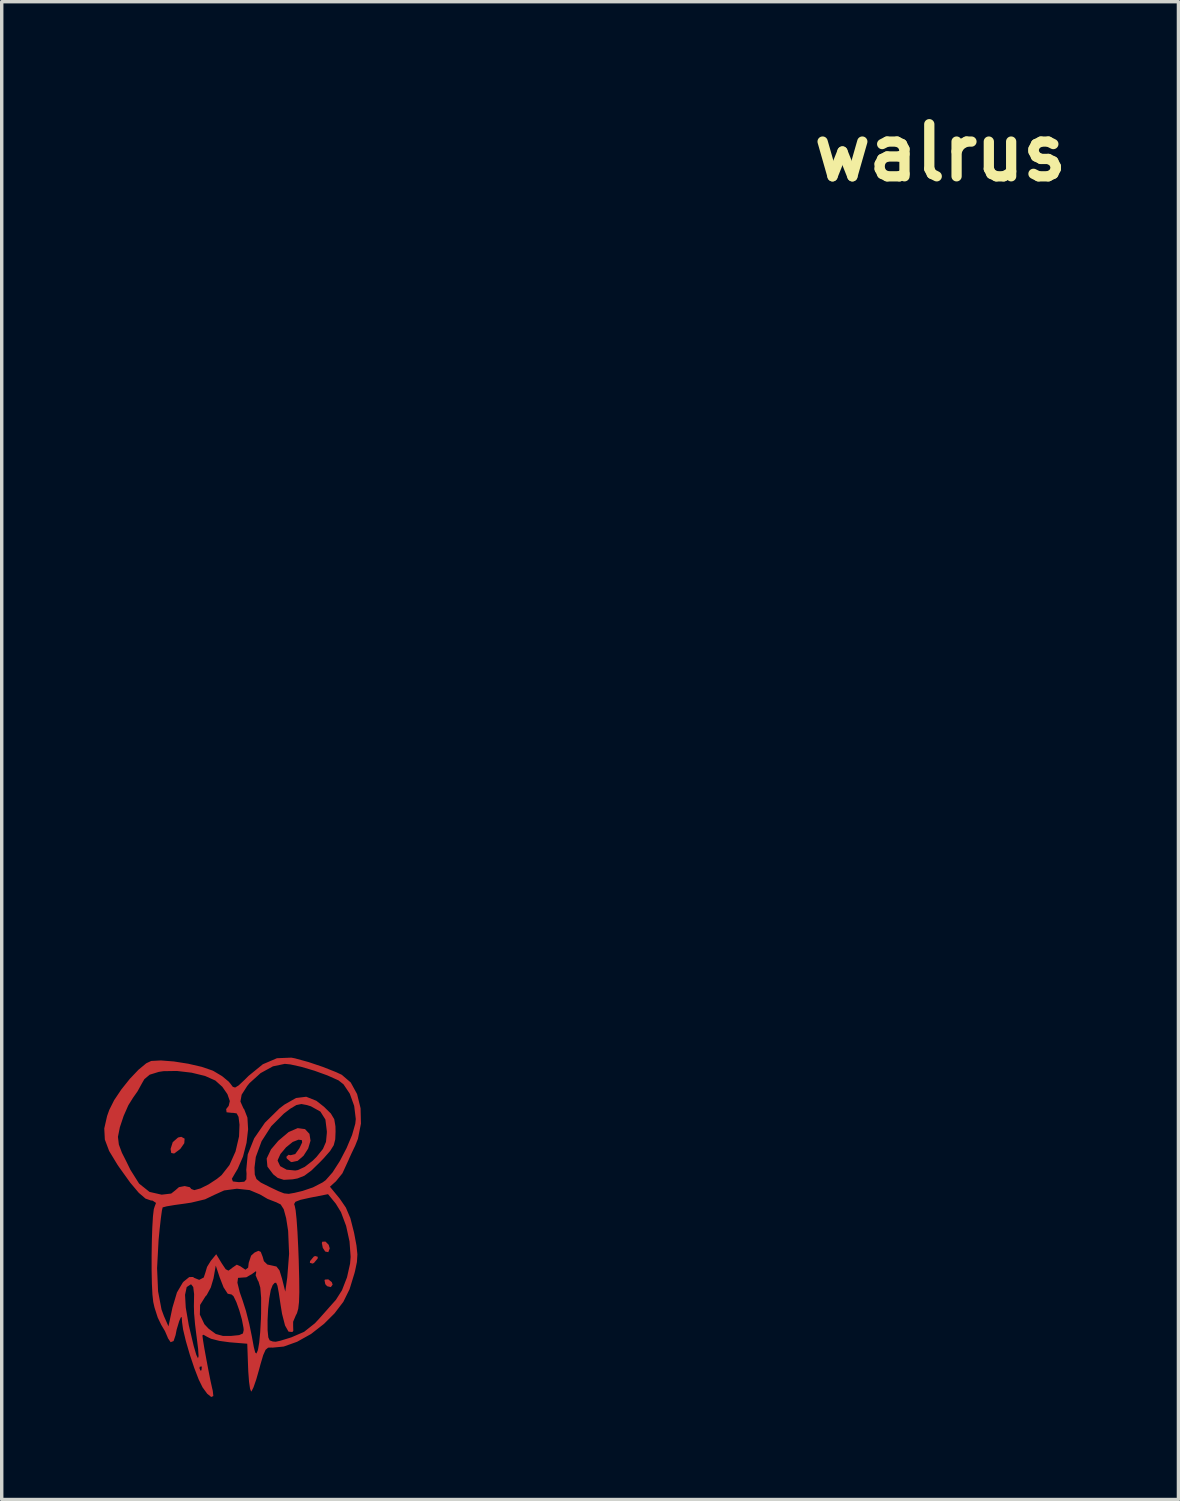
<source format=kicad_pcb>
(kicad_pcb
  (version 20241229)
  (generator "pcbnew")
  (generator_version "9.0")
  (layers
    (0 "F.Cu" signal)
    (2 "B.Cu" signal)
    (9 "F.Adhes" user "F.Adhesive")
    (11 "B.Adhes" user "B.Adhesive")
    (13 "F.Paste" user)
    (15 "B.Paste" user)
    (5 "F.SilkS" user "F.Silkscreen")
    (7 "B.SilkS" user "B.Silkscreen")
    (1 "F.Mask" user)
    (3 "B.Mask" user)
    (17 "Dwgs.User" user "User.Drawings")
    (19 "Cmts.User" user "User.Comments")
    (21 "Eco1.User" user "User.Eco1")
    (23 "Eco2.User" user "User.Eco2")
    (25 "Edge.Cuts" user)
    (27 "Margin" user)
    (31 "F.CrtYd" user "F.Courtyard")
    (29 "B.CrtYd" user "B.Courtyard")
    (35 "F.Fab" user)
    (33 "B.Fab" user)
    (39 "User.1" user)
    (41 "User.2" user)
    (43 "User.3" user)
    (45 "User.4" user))
  (footprint "walrus"
    (layer "F.Cu")
    (at 24.461 1.418)
    (property "Reference" "walrus" (at 0 0 0) (layer "F.SilkS") (effects (font (size 1.524 1.524) (thickness 0.3))))
    (attr board_only exclude_from_pos_files exclude_from_bom)
    (fp_poly (pts (xy -18.215 32.297) (xy -18.219 32.348) (xy -18.326 32.476) (xy -18.367 32.496) (xy -18.446 32.473) (xy -18.441 32.422) (xy -18.334 32.294) (xy -18.293 32.274)) (stroke (width 0) (type solid)) (fill yes) (layer "F.Cu"))
    (fp_poly (pts (xy -17.896 31.946) (xy -17.865 32.051) (xy -17.907 32.162) (xy -17.998 32.143) (xy -18.069 32.034) (xy -18.096 31.896) (xy -18.084 31.856) (xy -17.99 31.852)) (stroke (width 0) (type solid)) (fill yes) (layer "F.Cu"))
    (fp_poly (pts (xy -17.806 33.038) (xy -17.78 33.11) (xy -17.833 33.184) (xy -17.94 33.158) (xy -17.995 33.099) (xy -18.018 32.985) (xy -18.006 32.964) (xy -17.907 32.957)) (stroke (width 0) (type solid)) (fill yes) (layer "F.Cu"))
    (fp_poly (pts (xy -22.11 28.841) (xy -22.12 28.974) (xy -22.231 29.134) (xy -22.253 29.155) (xy -22.418 29.277) (xy -22.502 29.26) (xy -22.521 29.142) (xy -22.457 28.941) (xy -22.302 28.807) (xy -22.208 28.787)) (stroke (width 0) (type solid)) (fill yes) (layer "F.Cu"))
    (fp_poly (pts (xy -18.881 26.492) (xy -18.487 26.6) (xy -18.061 26.744) (xy -17.68 26.895) (xy -17.513 26.973) (xy -17.251 27.198) (xy -17.065 27.537) (xy -16.963 27.952) (xy -16.952 28.401) (xy -17.04 28.845) (xy -17.118 29.041) (xy -17.226 29.268) (xy -17.298 29.426) (xy -17.314 29.464) (xy -17.494 29.855) (xy -17.683 30.088) (xy -17.859 30.247) (xy -17.573 30.596) (xy -17.393 30.858) (xy -17.263 31.164) (xy -17.158 31.574) (xy -17.15 31.611) (xy -17.083 31.967) (xy -17.056 32.225) (xy -17.07 32.45) (xy -17.124 32.709) (xy -17.141 32.776) (xy -17.285 33.245) (xy -17.468 33.616) (xy -17.726 33.953) (xy -18.034 34.26) (xy -18.412 34.555) (xy -18.82 34.783) (xy -19.212 34.923) (xy -19.544 34.955) (xy -19.57 34.952) (xy -19.667 34.955) (xy -19.742 35.018) (xy -19.811 35.172) (xy -19.893 35.449) (xy -19.928 35.581) (xy -20.015 35.886) (xy -20.095 36.116) (xy -20.153 36.231) (xy -20.164 36.237) (xy -20.196 36.159) (xy -20.226 35.951) (xy -20.248 35.653) (xy -20.253 35.539) (xy -20.278 34.84) (xy -20.794 34.798) (xy -21.094 34.757) (xy -21.339 34.694) (xy -21.45 34.639) (xy -21.559 34.577) (xy -21.59 34.597) (xy -21.574 34.725) (xy -21.534 34.97) (xy -21.477 35.283) (xy -21.414 35.616) (xy -21.354 35.92) (xy -21.304 36.146) (xy -21.287 36.216) (xy -21.27 36.371) (xy -21.332 36.398) (xy -21.448 36.305) (xy -21.586 36.116) (xy -21.699 35.885) (xy -21.824 35.56) (xy -21.675 35.56) (xy -21.644 35.63) (xy -21.618 35.616) (xy -21.608 35.516) (xy -21.618 35.504) (xy -21.669 35.515) (xy -21.675 35.56) (xy -21.824 35.56) (xy -21.829 35.547) (xy -21.96 35.155) (xy -22.074 34.763) (xy -22.155 34.424) (xy -22.186 34.205) (xy -22.195 34.058) (xy -22.223 34.073) (xy -22.27 34.183) (xy -22.343 34.426) (xy -22.375 34.588) (xy -22.433 34.762) (xy -22.52 34.795) (xy -22.599 34.677) (xy -22.606 34.655) (xy -22.684 34.474) (xy -22.796 34.285) (xy -22.897 34.075) (xy -22.991 33.782) (xy -23.028 33.619) (xy -23.052 33.404) (xy -23.068 33.082) (xy -23.076 32.689) (xy -23.076 32.628) (xy -22.916 32.628) (xy -22.887 33.307) (xy -22.786 33.839) (xy -22.715 34.032) (xy -22.583 34.332) (xy -22.466 33.782) (xy -22.355 33.409) (xy -22.098 33.409) (xy -22.077 33.783) (xy -21.988 34.301) (xy -21.844 34.907) (xy -21.768 35.167) (xy -21.72 35.265) (xy -21.702 35.206) (xy -21.715 34.993) (xy -21.76 34.632) (xy -21.762 34.62) (xy -21.805 34.274) (xy -21.83 33.988) (xy -21.665 33.988) (xy -21.531 34.27) (xy -21.407 34.402) (xy -21.198 34.555) (xy -20.986 34.613) (xy -20.751 34.612) (xy -20.514 34.588) (xy -20.405 34.54) (xy -20.382 34.441) (xy -20.388 34.375) (xy -20.435 34.131) (xy -20.51 33.866) (xy -20.596 33.624) (xy -20.678 33.453) (xy -20.739 33.398) (xy -20.741 33.399) (xy -20.849 33.378) (xy -20.97 33.193) (xy -21.024 33.055) (xy -20.566 33.055) (xy -20.498 33.333) (xy -20.415 33.57) (xy -20.317 33.877) (xy -20.218 34.265) (xy -20.144 34.624) (xy -20.087 34.933) (xy -20.046 35.095) (xy -20.012 35.128) (xy -19.976 35.051) (xy -19.962 35.005) (xy -19.929 34.811) (xy -19.899 34.5) (xy -19.88 34.152) (xy -19.684 34.152) (xy -19.683 34.443) (xy -19.662 34.655) (xy -19.621 34.742) (xy -19.531 34.775) (xy -19.446 34.782) (xy -19.316 34.754) (xy -19.092 34.686) (xy -18.989 34.654) (xy -18.615 34.492) (xy -18.302 34.244) (xy -18.19 34.125) (xy -17.975 33.883) (xy -17.782 33.665) (xy -17.686 33.558) (xy -17.507 33.276) (xy -17.36 32.898) (xy -17.27 32.497) (xy -17.254 32.3) (xy -17.286 31.85) (xy -17.386 31.393) (xy -17.536 30.992) (xy -17.688 30.743) (xy -17.915 30.465) (xy -18.438 30.568) (xy -18.722 30.631) (xy -18.869 30.688) (xy -18.907 30.755) (xy -18.889 30.808) (xy -18.863 30.935) (xy -18.835 31.201) (xy -18.809 31.574) (xy -18.787 32.022) (xy -18.773 32.38) (xy -18.759 32.928) (xy -18.755 33.333) (xy -18.764 33.62) (xy -18.786 33.815) (xy -18.823 33.946) (xy -18.857 34.01) (xy -18.936 34.197) (xy -18.936 34.329) (xy -18.931 34.462) (xy -18.959 34.498) (xy -19.071 34.486) (xy -19.172 34.308) (xy -19.26 33.967) (xy -19.304 33.696) (xy -19.356 33.348) (xy -19.395 33.143) (xy -19.433 33.056) (xy -19.478 33.061) (xy -19.534 33.124) (xy -19.59 33.268) (xy -19.635 33.518) (xy -19.668 33.828) (xy -19.684 34.152) (xy -19.88 34.152) (xy -19.878 34.127) (xy -19.873 33.944) (xy -19.872 33.497) (xy -19.897 33.197) (xy -19.948 33.023) (xy -19.967 32.995) (xy -20.033 32.838) (xy -20.016 32.749) (xy -20.022 32.717) (xy -20.124 32.789) (xy -20.133 32.797) (xy -20.307 32.897) (xy -20.444 32.906) (xy -20.548 32.914) (xy -20.566 33.055) (xy -21.024 33.055) (xy -21.087 32.893) (xy -21.199 32.554) (xy -21.265 32.927) (xy -21.345 33.196) (xy -21.463 33.415) (xy -21.503 33.459) (xy -21.657 33.705) (xy -21.665 33.988) (xy -21.83 33.988) (xy -21.833 33.96) (xy -21.839 33.745) (xy -21.839 33.74) (xy -21.833 33.388) (xy -21.858 33.183) (xy -21.917 33.106) (xy -21.931 33.105) (xy -22.049 33.181) (xy -22.098 33.409) (xy -22.355 33.409) (xy -22.335 33.341) (xy -22.163 33.048) (xy -22.14 33.023) (xy -21.975 32.89) (xy -21.863 32.888) (xy -21.835 32.911) (xy -21.684 32.972) (xy -21.551 32.903) (xy -21.505 32.766) (xy -21.454 32.593) (xy -21.346 32.418) (xy -21.186 32.222) (xy -21.023 32.491) (xy -20.909 32.661) (xy -20.828 32.702) (xy -20.734 32.635) (xy -20.717 32.619) (xy -20.585 32.528) (xy -20.477 32.575) (xy -20.473 32.579) (xy -20.331 32.675) (xy -20.252 32.614) (xy -20.235 32.473) (xy -20.166 32.264) (xy -20.065 32.173) (xy -19.951 32.122) (xy -19.883 32.153) (xy -19.827 32.297) (xy -19.791 32.425) (xy -19.69 32.523) (xy -19.556 32.552) (xy -19.423 32.582) (xy -19.335 32.695) (xy -19.261 32.935) (xy -19.261 32.935) (xy -19.166 33.316) (xy -19.108 32.902) (xy -19.054 32.209) (xy -19.082 31.541) (xy -19.14 31.169) (xy -19.211 30.907) (xy -19.3 30.766) (xy -19.438 30.698) (xy -19.452 30.694) (xy -19.685 30.603) (xy -19.905 30.474) (xy -20.208 30.346) (xy -20.582 30.306) (xy -20.954 30.356) (xy -21.242 30.486) (xy -21.513 30.616) (xy -21.919 30.713) (xy -22.098 30.74) (xy -22.403 30.782) (xy -22.635 30.821) (xy -22.749 30.851) (xy -22.753 30.853) (xy -22.775 30.947) (xy -22.806 31.174) (xy -22.842 31.497) (xy -22.872 31.806) (xy -22.916 32.628) (xy -23.076 32.628) (xy -23.076 32.261) (xy -23.069 31.833) (xy -23.056 31.441) (xy -23.037 31.12) (xy -23.012 30.905) (xy -22.99 30.836) (xy -22.947 30.721) (xy -23.047 30.654) (xy -23.098 30.649) (xy -23.254 30.595) (xy -23.451 30.426) (xy -23.701 30.129) (xy -24.013 29.694) (xy -24.076 29.602) (xy -24.318 29.203) (xy -24.444 28.868) (xy -24.448 28.788) (xy -24.061 28.788) (xy -24.034 29.014) (xy -23.945 29.253) (xy -23.81 29.519) (xy -23.696 29.753) (xy -23.442 30.156) (xy -23.137 30.399) (xy -22.782 30.48) (xy -22.781 30.48) (xy -22.503 30.447) (xy -22.383 30.353) (xy -22.277 30.26) (xy -22.108 30.228) (xy -21.959 30.261) (xy -21.913 30.315) (xy -21.826 30.347) (xy -21.644 30.296) (xy -21.41 30.179) (xy -21.163 30.017) (xy -21.16 30.014) (xy -20.728 30.014) (xy -20.699 30.093) (xy -20.529 30.113) (xy -20.511 30.113) (xy -20.365 30.101) (xy -20.304 30.033) (xy -20.299 29.863) (xy -20.307 29.755) (xy -20.264 29.303) (xy -20.076 28.832) (xy -19.761 28.374) (xy -19.337 27.957) (xy -19.188 27.843) (xy -18.852 27.652) (xy -18.553 27.615) (xy -18.257 27.733) (xy -18.034 27.908) (xy -17.833 28.105) (xy -17.733 28.272) (xy -17.698 28.481) (xy -17.695 28.635) (xy -17.704 28.861) (xy -17.748 29.033) (xy -17.854 29.202) (xy -18.045 29.419) (xy -18.141 29.519) (xy -18.402 29.774) (xy -18.608 29.926) (xy -18.808 30.005) (xy -18.949 30.031) (xy -19.208 30.046) (xy -19.386 29.99) (xy -19.519 29.884) (xy -19.688 29.659) (xy -19.71 29.422) (xy -19.583 29.155) (xy -19.369 28.903) (xy -19.068 28.648) (xy -18.803 28.533) (xy -18.588 28.562) (xy -18.458 28.701) (xy -18.427 28.9) (xy -18.496 29.13) (xy -18.632 29.342) (xy -18.803 29.49) (xy -18.978 29.527) (xy -19.007 29.518) (xy -19.12 29.424) (xy -19.135 29.373) (xy -19.073 29.314) (xy -19.008 29.325) (xy -18.875 29.292) (xy -18.752 29.122) (xy -18.672 28.952) (xy -18.681 28.884) (xy -18.778 28.871) (xy -18.948 28.937) (xy -19.143 29.095) (xy -19.308 29.291) (xy -19.387 29.468) (xy -19.389 29.487) (xy -19.314 29.646) (xy -19.126 29.749) (xy -18.876 29.773) (xy -18.796 29.76) (xy -18.597 29.667) (xy -18.365 29.488) (xy -18.25 29.373) (xy -18.064 29.142) (xy -17.975 28.936) (xy -17.95 28.676) (xy -17.949 28.63) (xy -17.992 28.282) (xy -18.139 28.049) (xy -18.416 27.895) (xy -18.53 27.859) (xy -18.694 27.828) (xy -18.841 27.858) (xy -19.023 27.967) (xy -19.208 28.109) (xy -19.577 28.478) (xy -19.859 28.917) (xy -20.028 29.377) (xy -20.066 29.687) (xy -20.058 29.892) (xy -20.008 30.023) (xy -19.881 30.126) (xy -19.637 30.248) (xy -19.622 30.256) (xy -19.365 30.378) (xy -19.201 30.442) (xy -19.066 30.456) (xy -18.899 30.427) (xy -18.663 30.371) (xy -18.356 30.267) (xy -18.077 30.123) (xy -17.985 30.057) (xy -17.784 29.829) (xy -17.571 29.498) (xy -17.372 29.116) (xy -17.212 28.735) (xy -17.118 28.406) (xy -17.103 28.267) (xy -17.15 27.883) (xy -17.278 27.527) (xy -17.462 27.252) (xy -17.609 27.136) (xy -17.931 26.992) (xy -18.312 26.854) (xy -18.694 26.741) (xy -19.019 26.669) (xy -19.18 26.653) (xy -19.527 26.726) (xy -19.888 26.924) (xy -20.211 27.216) (xy -20.279 27.3) (xy -20.442 27.555) (xy -20.478 27.755) (xy -20.392 27.95) (xy -20.365 27.987) (xy -20.273 28.226) (xy -20.253 28.568) (xy -20.299 28.963) (xy -20.402 29.365) (xy -20.558 29.725) (xy -20.629 29.843) (xy -20.728 30.014) (xy -21.16 30.014) (xy -21.03 29.909) (xy -20.799 29.614) (xy -20.621 29.216) (xy -20.518 28.776) (xy -20.505 28.432) (xy -20.533 28.204) (xy -20.588 28.102) (xy -20.699 28.085) (xy -20.722 28.087) (xy -20.883 28.07) (xy -20.895 27.976) (xy -20.821 27.882) (xy -20.788 27.742) (xy -20.858 27.54) (xy -21.007 27.325) (xy -21.208 27.144) (xy -21.216 27.139) (xy -21.512 27.007) (xy -21.907 26.911) (xy -22.336 26.861) (xy -22.731 26.867) (xy -22.867 26.888) (xy -23.132 26.97) (xy -23.289 27.102) (xy -23.357 27.22) (xy -23.488 27.458) (xy -23.619 27.644) (xy -23.756 27.863) (xy -23.894 28.176) (xy -24.005 28.509) (xy -24.061 28.788) (xy -24.061 28.788) (xy -24.448 28.788) (xy -24.461 28.543) (xy -24.378 28.178) (xy -24.314 27.999) (xy -24.172 27.716) (xy -23.961 27.401) (xy -23.713 27.091) (xy -23.459 26.824) (xy -23.232 26.636) (xy -23.088 26.568) (xy -22.806 26.553) (xy -22.425 26.583) (xy -22.006 26.649) (xy -21.611 26.74) (xy -21.301 26.846) (xy -21.263 26.864) (xy -21.015 27.012) (xy -20.821 27.172) (xy -20.77 27.233) (xy -20.702 27.324) (xy -20.633 27.346) (xy -20.529 27.283) (xy -20.357 27.122) (xy -20.241 27.006) (xy -19.823 26.665) (xy -19.409 26.488) (xy -18.989 26.471)) (stroke (width 0) (type solid)) (fill yes) (layer "F.Cu"))
    (fp_poly (pts (xy -18.215 32.297) (xy -18.219 32.348) (xy -18.326 32.476) (xy -18.367 32.496) (xy -18.446 32.473) (xy -18.441 32.422) (xy -18.334 32.294) (xy -18.293 32.274)) (stroke (width 0) (type solid)) (fill yes) (layer "F.Mask"))
    (fp_poly (pts (xy -17.896 31.946) (xy -17.865 32.051) (xy -17.907 32.162) (xy -17.998 32.143) (xy -18.069 32.034) (xy -18.096 31.896) (xy -18.084 31.856) (xy -17.99 31.852)) (stroke (width 0) (type solid)) (fill yes) (layer "F.Mask"))
    (fp_poly (pts (xy -17.806 33.038) (xy -17.78 33.11) (xy -17.833 33.184) (xy -17.94 33.158) (xy -17.995 33.099) (xy -18.018 32.985) (xy -18.006 32.964) (xy -17.907 32.957)) (stroke (width 0) (type solid)) (fill yes) (layer "F.Mask"))
    (fp_poly (pts (xy -22.11 28.841) (xy -22.12 28.974) (xy -22.231 29.134) (xy -22.253 29.155) (xy -22.418 29.277) (xy -22.502 29.26) (xy -22.521 29.142) (xy -22.457 28.941) (xy -22.302 28.807) (xy -22.208 28.787)) (stroke (width 0) (type solid)) (fill yes) (layer "F.Mask"))
    (fp_poly (pts (xy -18.881 26.492) (xy -18.487 26.6) (xy -18.061 26.744) (xy -17.68 26.895) (xy -17.513 26.973) (xy -17.251 27.198) (xy -17.065 27.537) (xy -16.963 27.952) (xy -16.952 28.401) (xy -17.04 28.845) (xy -17.118 29.041) (xy -17.226 29.268) (xy -17.298 29.426) (xy -17.314 29.464) (xy -17.494 29.855) (xy -17.683 30.088) (xy -17.859 30.247) (xy -17.573 30.596) (xy -17.393 30.858) (xy -17.263 31.164) (xy -17.158 31.574) (xy -17.15 31.611) (xy -17.083 31.967) (xy -17.056 32.225) (xy -17.07 32.45) (xy -17.124 32.709) (xy -17.141 32.776) (xy -17.285 33.245) (xy -17.468 33.616) (xy -17.726 33.953) (xy -18.034 34.26) (xy -18.412 34.555) (xy -18.82 34.783) (xy -19.212 34.923) (xy -19.544 34.955) (xy -19.57 34.952) (xy -19.667 34.955) (xy -19.742 35.018) (xy -19.811 35.172) (xy -19.893 35.449) (xy -19.928 35.581) (xy -20.015 35.886) (xy -20.095 36.116) (xy -20.153 36.231) (xy -20.164 36.237) (xy -20.196 36.159) (xy -20.226 35.951) (xy -20.248 35.653) (xy -20.253 35.539) (xy -20.278 34.84) (xy -20.794 34.798) (xy -21.094 34.757) (xy -21.339 34.694) (xy -21.45 34.639) (xy -21.559 34.577) (xy -21.59 34.597) (xy -21.574 34.725) (xy -21.534 34.97) (xy -21.477 35.283) (xy -21.414 35.616) (xy -21.354 35.92) (xy -21.304 36.146) (xy -21.287 36.216) (xy -21.27 36.371) (xy -21.332 36.398) (xy -21.448 36.305) (xy -21.586 36.116) (xy -21.699 35.885) (xy -21.824 35.56) (xy -21.675 35.56) (xy -21.644 35.63) (xy -21.618 35.616) (xy -21.608 35.516) (xy -21.618 35.504) (xy -21.669 35.515) (xy -21.675 35.56) (xy -21.824 35.56) (xy -21.829 35.547) (xy -21.96 35.155) (xy -22.074 34.763) (xy -22.155 34.424) (xy -22.186 34.205) (xy -22.195 34.058) (xy -22.223 34.073) (xy -22.27 34.183) (xy -22.343 34.426) (xy -22.375 34.588) (xy -22.433 34.762) (xy -22.52 34.795) (xy -22.599 34.677) (xy -22.606 34.655) (xy -22.684 34.474) (xy -22.796 34.285) (xy -22.897 34.075) (xy -22.991 33.782) (xy -23.028 33.619) (xy -23.052 33.404) (xy -23.068 33.082) (xy -23.076 32.689) (xy -23.076 32.628) (xy -22.916 32.628) (xy -22.887 33.307) (xy -22.786 33.839) (xy -22.715 34.032) (xy -22.583 34.332) (xy -22.466 33.782) (xy -22.355 33.409) (xy -22.098 33.409) (xy -22.077 33.783) (xy -21.988 34.301) (xy -21.844 34.907) (xy -21.768 35.167) (xy -21.72 35.265) (xy -21.702 35.206) (xy -21.715 34.993) (xy -21.76 34.632) (xy -21.762 34.62) (xy -21.805 34.274) (xy -21.83 33.988) (xy -21.665 33.988) (xy -21.531 34.27) (xy -21.407 34.402) (xy -21.198 34.555) (xy -20.986 34.613) (xy -20.751 34.612) (xy -20.514 34.588) (xy -20.405 34.54) (xy -20.382 34.441) (xy -20.388 34.375) (xy -20.435 34.131) (xy -20.51 33.866) (xy -20.596 33.624) (xy -20.678 33.453) (xy -20.739 33.398) (xy -20.741 33.399) (xy -20.849 33.378) (xy -20.97 33.193) (xy -21.024 33.055) (xy -20.566 33.055) (xy -20.498 33.333) (xy -20.415 33.57) (xy -20.317 33.877) (xy -20.218 34.265) (xy -20.144 34.624) (xy -20.087 34.933) (xy -20.046 35.095) (xy -20.012 35.128) (xy -19.976 35.051) (xy -19.962 35.005) (xy -19.929 34.811) (xy -19.899 34.5) (xy -19.88 34.152) (xy -19.684 34.152) (xy -19.683 34.443) (xy -19.662 34.655) (xy -19.621 34.742) (xy -19.531 34.775) (xy -19.446 34.782) (xy -19.316 34.754) (xy -19.092 34.686) (xy -18.989 34.654) (xy -18.615 34.492) (xy -18.302 34.244) (xy -18.19 34.125) (xy -17.975 33.883) (xy -17.782 33.665) (xy -17.686 33.558) (xy -17.507 33.276) (xy -17.36 32.898) (xy -17.27 32.497) (xy -17.254 32.3) (xy -17.286 31.85) (xy -17.386 31.393) (xy -17.536 30.992) (xy -17.688 30.743) (xy -17.915 30.465) (xy -18.438 30.568) (xy -18.722 30.631) (xy -18.869 30.688) (xy -18.907 30.755) (xy -18.889 30.808) (xy -18.863 30.935) (xy -18.835 31.201) (xy -18.809 31.574) (xy -18.787 32.022) (xy -18.773 32.38) (xy -18.759 32.928) (xy -18.755 33.333) (xy -18.764 33.62) (xy -18.786 33.815) (xy -18.823 33.946) (xy -18.857 34.01) (xy -18.936 34.197) (xy -18.936 34.329) (xy -18.931 34.462) (xy -18.959 34.498) (xy -19.071 34.486) (xy -19.172 34.308) (xy -19.26 33.967) (xy -19.304 33.696) (xy -19.356 33.348) (xy -19.395 33.143) (xy -19.433 33.056) (xy -19.478 33.061) (xy -19.534 33.124) (xy -19.59 33.268) (xy -19.635 33.518) (xy -19.668 33.828) (xy -19.684 34.152) (xy -19.88 34.152) (xy -19.878 34.127) (xy -19.873 33.944) (xy -19.872 33.497) (xy -19.897 33.197) (xy -19.948 33.023) (xy -19.967 32.995) (xy -20.033 32.838) (xy -20.016 32.749) (xy -20.022 32.717) (xy -20.124 32.789) (xy -20.133 32.797) (xy -20.307 32.897) (xy -20.444 32.906) (xy -20.548 32.914) (xy -20.566 33.055) (xy -21.024 33.055) (xy -21.087 32.893) (xy -21.199 32.554) (xy -21.265 32.927) (xy -21.345 33.196) (xy -21.463 33.415) (xy -21.503 33.459) (xy -21.657 33.705) (xy -21.665 33.988) (xy -21.83 33.988) (xy -21.833 33.96) (xy -21.839 33.745) (xy -21.839 33.74) (xy -21.833 33.388) (xy -21.858 33.183) (xy -21.917 33.106) (xy -21.931 33.105) (xy -22.049 33.181) (xy -22.098 33.409) (xy -22.355 33.409) (xy -22.335 33.341) (xy -22.163 33.048) (xy -22.14 33.023) (xy -21.975 32.89) (xy -21.863 32.888) (xy -21.835 32.911) (xy -21.684 32.972) (xy -21.551 32.903) (xy -21.505 32.766) (xy -21.454 32.593) (xy -21.346 32.418) (xy -21.186 32.222) (xy -21.023 32.491) (xy -20.909 32.661) (xy -20.828 32.702) (xy -20.734 32.635) (xy -20.717 32.619) (xy -20.585 32.528) (xy -20.477 32.575) (xy -20.473 32.579) (xy -20.331 32.675) (xy -20.252 32.614) (xy -20.235 32.473) (xy -20.166 32.264) (xy -20.065 32.173) (xy -19.951 32.122) (xy -19.883 32.153) (xy -19.827 32.297) (xy -19.791 32.425) (xy -19.69 32.523) (xy -19.556 32.552) (xy -19.423 32.582) (xy -19.335 32.695) (xy -19.261 32.935) (xy -19.261 32.935) (xy -19.166 33.316) (xy -19.108 32.902) (xy -19.054 32.209) (xy -19.082 31.541) (xy -19.14 31.169) (xy -19.211 30.907) (xy -19.3 30.766) (xy -19.438 30.698) (xy -19.452 30.694) (xy -19.685 30.603) (xy -19.905 30.474) (xy -20.208 30.346) (xy -20.582 30.306) (xy -20.954 30.356) (xy -21.242 30.486) (xy -21.513 30.616) (xy -21.919 30.713) (xy -22.098 30.74) (xy -22.403 30.782) (xy -22.635 30.821) (xy -22.749 30.851) (xy -22.753 30.853) (xy -22.775 30.947) (xy -22.806 31.174) (xy -22.842 31.497) (xy -22.872 31.806) (xy -22.916 32.628) (xy -23.076 32.628) (xy -23.076 32.261) (xy -23.069 31.833) (xy -23.056 31.441) (xy -23.037 31.12) (xy -23.012 30.905) (xy -22.99 30.836) (xy -22.947 30.721) (xy -23.047 30.654) (xy -23.098 30.649) (xy -23.254 30.595) (xy -23.451 30.426) (xy -23.701 30.129) (xy -24.013 29.694) (xy -24.076 29.602) (xy -24.318 29.203) (xy -24.444 28.868) (xy -24.448 28.788) (xy -24.061 28.788) (xy -24.034 29.014) (xy -23.945 29.253) (xy -23.81 29.519) (xy -23.696 29.753) (xy -23.442 30.156) (xy -23.137 30.399) (xy -22.782 30.48) (xy -22.781 30.48) (xy -22.503 30.447) (xy -22.383 30.353) (xy -22.277 30.26) (xy -22.108 30.228) (xy -21.959 30.261) (xy -21.913 30.315) (xy -21.826 30.347) (xy -21.644 30.296) (xy -21.41 30.179) (xy -21.163 30.017) (xy -21.16 30.014) (xy -20.728 30.014) (xy -20.699 30.093) (xy -20.529 30.113) (xy -20.511 30.113) (xy -20.365 30.101) (xy -20.304 30.033) (xy -20.299 29.863) (xy -20.307 29.755) (xy -20.264 29.303) (xy -20.076 28.832) (xy -19.761 28.374) (xy -19.337 27.957) (xy -19.188 27.843) (xy -18.852 27.652) (xy -18.553 27.615) (xy -18.257 27.733) (xy -18.034 27.908) (xy -17.833 28.105) (xy -17.733 28.272) (xy -17.698 28.481) (xy -17.695 28.635) (xy -17.704 28.861) (xy -17.748 29.033) (xy -17.854 29.202) (xy -18.045 29.419) (xy -18.141 29.519) (xy -18.402 29.774) (xy -18.608 29.926) (xy -18.808 30.005) (xy -18.949 30.031) (xy -19.208 30.046) (xy -19.386 29.99) (xy -19.519 29.884) (xy -19.688 29.659) (xy -19.71 29.422) (xy -19.583 29.155) (xy -19.369 28.903) (xy -19.068 28.648) (xy -18.803 28.533) (xy -18.588 28.562) (xy -18.458 28.701) (xy -18.427 28.9) (xy -18.496 29.13) (xy -18.632 29.342) (xy -18.803 29.49) (xy -18.978 29.527) (xy -19.007 29.518) (xy -19.12 29.424) (xy -19.135 29.373) (xy -19.073 29.314) (xy -19.008 29.325) (xy -18.875 29.292) (xy -18.752 29.122) (xy -18.672 28.952) (xy -18.681 28.884) (xy -18.778 28.871) (xy -18.948 28.937) (xy -19.143 29.095) (xy -19.308 29.291) (xy -19.387 29.468) (xy -19.389 29.487) (xy -19.314 29.646) (xy -19.126 29.749) (xy -18.876 29.773) (xy -18.796 29.76) (xy -18.597 29.667) (xy -18.365 29.488) (xy -18.25 29.373) (xy -18.064 29.142) (xy -17.975 28.936) (xy -17.95 28.676) (xy -17.949 28.63) (xy -17.992 28.282) (xy -18.139 28.049) (xy -18.416 27.895) (xy -18.53 27.859) (xy -18.694 27.828) (xy -18.841 27.858) (xy -19.023 27.967) (xy -19.208 28.109) (xy -19.577 28.478) (xy -19.859 28.917) (xy -20.028 29.377) (xy -20.066 29.687) (xy -20.058 29.892) (xy -20.008 30.023) (xy -19.881 30.126) (xy -19.637 30.248) (xy -19.622 30.256) (xy -19.365 30.378) (xy -19.201 30.442) (xy -19.066 30.456) (xy -18.899 30.427) (xy -18.663 30.371) (xy -18.356 30.267) (xy -18.077 30.123) (xy -17.985 30.057) (xy -17.784 29.829) (xy -17.571 29.498) (xy -17.372 29.116) (xy -17.212 28.735) (xy -17.118 28.406) (xy -17.103 28.267) (xy -17.15 27.883) (xy -17.278 27.527) (xy -17.462 27.252) (xy -17.609 27.136) (xy -17.931 26.992) (xy -18.312 26.854) (xy -18.694 26.741) (xy -19.019 26.669) (xy -19.18 26.653) (xy -19.527 26.726) (xy -19.888 26.924) (xy -20.211 27.216) (xy -20.279 27.3) (xy -20.442 27.555) (xy -20.478 27.755) (xy -20.392 27.95) (xy -20.365 27.987) (xy -20.273 28.226) (xy -20.253 28.568) (xy -20.299 28.963) (xy -20.402 29.365) (xy -20.558 29.725) (xy -20.629 29.843) (xy -20.728 30.014) (xy -21.16 30.014) (xy -21.03 29.909) (xy -20.799 29.614) (xy -20.621 29.216) (xy -20.518 28.776) (xy -20.505 28.432) (xy -20.533 28.204) (xy -20.588 28.102) (xy -20.699 28.085) (xy -20.722 28.087) (xy -20.883 28.07) (xy -20.895 27.976) (xy -20.821 27.882) (xy -20.788 27.742) (xy -20.858 27.54) (xy -21.007 27.325) (xy -21.208 27.144) (xy -21.216 27.139) (xy -21.512 27.007) (xy -21.907 26.911) (xy -22.336 26.861) (xy -22.731 26.867) (xy -22.867 26.888) (xy -23.132 26.97) (xy -23.289 27.102) (xy -23.357 27.22) (xy -23.488 27.458) (xy -23.619 27.644) (xy -23.756 27.863) (xy -23.894 28.176) (xy -24.005 28.509) (xy -24.061 28.788) (xy -24.061 28.788) (xy -24.448 28.788) (xy -24.461 28.543) (xy -24.378 28.178) (xy -24.314 27.999) (xy -24.172 27.716) (xy -23.961 27.401) (xy -23.713 27.091) (xy -23.459 26.824) (xy -23.232 26.636) (xy -23.088 26.568) (xy -22.806 26.553) (xy -22.425 26.583) (xy -22.006 26.649) (xy -21.611 26.74) (xy -21.301 26.846) (xy -21.263 26.864) (xy -21.015 27.012) (xy -20.821 27.172) (xy -20.77 27.233) (xy -20.702 27.324) (xy -20.633 27.346) (xy -20.529 27.283) (xy -20.357 27.122) (xy -20.241 27.006) (xy -19.823 26.665) (xy -19.409 26.488) (xy -18.989 26.471)) (stroke (width 0) (type solid)) (fill yes) (layer "F.Mask")))
  (gr_rect
    (start -3 -3)
    (end 31.423 40.816)
    (stroke (width 0.1) (type default))
    (fill no)
    (layer "Edge.Cuts")))
</source>
